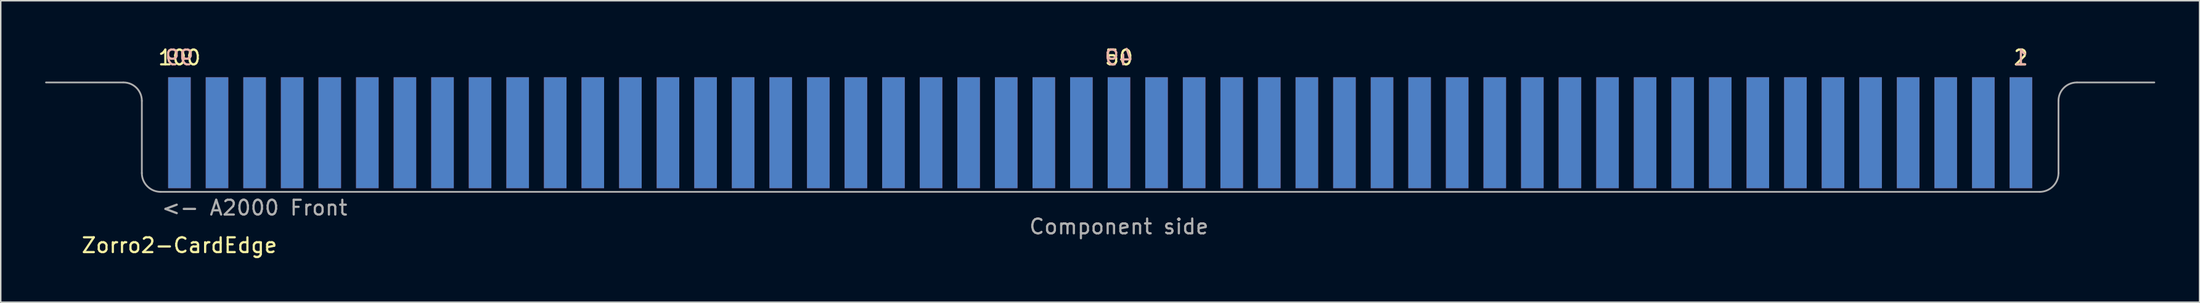
<source format=kicad_pcb>
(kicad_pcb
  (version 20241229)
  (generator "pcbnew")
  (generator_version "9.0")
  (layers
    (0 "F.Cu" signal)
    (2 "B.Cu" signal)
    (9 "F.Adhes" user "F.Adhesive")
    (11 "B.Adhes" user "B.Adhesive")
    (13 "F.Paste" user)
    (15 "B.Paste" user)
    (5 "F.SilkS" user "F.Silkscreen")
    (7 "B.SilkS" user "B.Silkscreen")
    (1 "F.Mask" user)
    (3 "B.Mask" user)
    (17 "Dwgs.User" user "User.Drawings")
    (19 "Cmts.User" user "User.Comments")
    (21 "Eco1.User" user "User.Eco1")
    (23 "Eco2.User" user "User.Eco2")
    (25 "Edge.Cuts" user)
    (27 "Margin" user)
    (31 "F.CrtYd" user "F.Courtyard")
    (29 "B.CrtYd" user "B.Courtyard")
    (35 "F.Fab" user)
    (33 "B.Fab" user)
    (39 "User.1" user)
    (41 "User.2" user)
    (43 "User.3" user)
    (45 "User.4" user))
  (footprint "Zorro2-CardEdge"
    (layer "F.Cu")
    (at 9.077 5.928)
    (property "Reference" "Zorro2-CardEdge" (at 0 7.62 180) (layer "F.SilkS") (effects (font (size 1 1) (thickness 0.15))))
    (attr through_hole)
    (fp_poly (pts (xy 128.27 5.08) (xy -3.81 5.08) (xy -3.81 -3.708) (xy 128.27 -3.708)) (stroke (width 0.1) (type solid)) (fill yes) (layer "F.Mask"))
    (fp_poly (pts (xy 128.27 5.08) (xy -3.81 5.08) (xy -3.81 -3.708) (xy 128.27 -3.708)) (stroke (width 0.1) (type solid)) (fill yes) (layer "B.Mask"))
    (fp_line (start -3.81 -3.4) (end -9.017 -3.4) (stroke (width 0.12) (type solid)) (layer "F.Fab"))
    (fp_line (start -2.54 2.73) (end -2.54 -2.159) (stroke (width 0.12) (type solid)) (layer "F.Fab"))
    (fp_line (start -1.27 4) (end 125.73 4) (stroke (width 0.12) (type solid)) (layer "F.Fab"))
    (fp_line (start 127 2.73) (end 127 -2.159) (stroke (width 0.12) (type solid)) (layer "F.Fab"))
    (fp_line (start 128.27 -3.4) (end 133.477 -3.4) (stroke (width 0.12) (type solid)) (layer "F.Fab"))
    (fp_arc (start -3.781 -3.4) (mid -2.90348 -3.03652) (end -2.54 -2.159) (stroke (width 0.12) (type solid)) (layer "F.Fab"))
    (fp_arc (start -1.27 4) (mid -2.168026 3.628026) (end -2.54 2.73) (stroke (width 0.12) (type solid)) (layer "F.Fab"))
    (fp_arc (start 127 -2.159) (mid 127.36348 -3.03652) (end 128.241 -3.4) (stroke (width 0.12) (type solid)) (layer "F.Fab"))
    (fp_arc (start 127 2.73) (mid 126.628026 3.628026) (end 125.73 4) (stroke (width 0.12) (type solid)) (layer "F.Fab"))
    (fp_text user "50" (at 63.5 -5.08 0) (layer "F.SilkS") (effects (font (size 1 1) (thickness 0.15))))
    (fp_text user "100" (at 0 -5.08 180) (layer "F.SilkS") (effects (font (size 1 1) (thickness 0.15))))
    (fp_text user "2" (at 124.46 -5.08 0) (layer "F.SilkS") (effects (font (size 1 1) (thickness 0.15))))
    (fp_text user "99" (at 0 -5.08 0) (layer "B.SilkS") (effects (font (size 1 1) (thickness 0.15)) (justify mirror)))
    (fp_text user "49" (at 63.5 -5.08 0) (layer "B.SilkS") (effects (font (size 1 1) (thickness 0.15)) (justify mirror)))
    (fp_text user "1" (at 124.46 -5.08 0) (layer "B.SilkS") (effects (font (size 1 1) (thickness 0.15)) (justify mirror)))
    (fp_text user "Component side" (at 63.5 6.35 0) (layer "F.Fab") (effects (font (size 1 1) (thickness 0.15))))
    (fp_text user "<- A2000 Front" (at 5.08 5.08 0) (layer "F.Fab") (effects (font (size 1 1) (thickness 0.15))))
    (pad "1" connect rect (at 124.46 0 180) (size 1.524 7.5) (layers "B.Cu" "B.Mask"))
    (pad "2" connect rect (at 124.46 0 180) (size 1.524 7.5) (layers "F.Cu" "F.Mask"))
    (pad "3" connect rect (at 121.92 0 180) (size 1.524 7.5) (layers "B.Cu" "B.Mask"))
    (pad "4" connect rect (at 121.92 0 180) (size 1.524 7.5) (layers "F.Cu" "F.Mask"))
    (pad "5" connect rect (at 119.38 0 180) (size 1.524 7.5) (layers "B.Cu" "B.Mask"))
    (pad "6" connect rect (at 119.38 0 180) (size 1.524 7.5) (layers "F.Cu" "F.Mask"))
    (pad "7" connect rect (at 116.84 0 180) (size 1.524 7.5) (layers "B.Cu" "B.Mask"))
    (pad "8" connect rect (at 116.84 0 180) (size 1.524 7.5) (layers "F.Cu" "F.Mask"))
    (pad "9" connect rect (at 114.3 0 180) (size 1.524 7.5) (layers "B.Cu" "B.Mask"))
    (pad "10" connect rect (at 114.3 0 180) (size 1.524 7.5) (layers "F.Cu" "F.Mask"))
    (pad "11" connect rect (at 111.76 0 180) (size 1.524 7.5) (layers "B.Cu" "B.Mask"))
    (pad "12" connect rect (at 111.76 0 180) (size 1.524 7.5) (layers "F.Cu" "F.Mask"))
    (pad "13" connect rect (at 109.22 0 180) (size 1.524 7.5) (layers "B.Cu" "B.Mask"))
    (pad "14" connect rect (at 109.22 0 180) (size 1.524 7.5) (layers "F.Cu" "F.Mask"))
    (pad "15" connect rect (at 106.68 0 180) (size 1.524 7.5) (layers "B.Cu" "B.Mask"))
    (pad "16" connect rect (at 106.68 0 180) (size 1.524 7.5) (layers "F.Cu" "F.Mask"))
    (pad "17" connect rect (at 104.14 0 180) (size 1.524 7.5) (layers "B.Cu" "B.Mask"))
    (pad "18" connect rect (at 104.14 0 180) (size 1.524 7.5) (layers "F.Cu" "F.Mask"))
    (pad "19" connect rect (at 101.6 0 180) (size 1.524 7.5) (layers "B.Cu" "B.Mask"))
    (pad "20" connect rect (at 101.6 0 180) (size 1.524 7.5) (layers "F.Cu" "F.Mask"))
    (pad "21" connect rect (at 99.06 0 180) (size 1.524 7.5) (layers "B.Cu" "B.Mask"))
    (pad "22" connect rect (at 99.06 0 180) (size 1.524 7.5) (layers "F.Cu" "F.Mask"))
    (pad "23" connect rect (at 96.52 0 180) (size 1.524 7.5) (layers "B.Cu" "B.Mask"))
    (pad "24" connect rect (at 96.52 0 180) (size 1.524 7.5) (layers "F.Cu" "F.Mask"))
    (pad "25" connect rect (at 93.98 0 180) (size 1.524 7.5) (layers "B.Cu" "B.Mask"))
    (pad "26" connect rect (at 93.98 0 180) (size 1.524 7.5) (layers "F.Cu" "F.Mask"))
    (pad "27" connect rect (at 91.44 0 180) (size 1.524 7.5) (layers "B.Cu" "B.Mask"))
    (pad "28" connect rect (at 91.44 0 180) (size 1.524 7.5) (layers "F.Cu" "F.Mask"))
    (pad "29" connect rect (at 88.9 0 180) (size 1.524 7.5) (layers "B.Cu" "B.Mask"))
    (pad "30" connect rect (at 88.9 0 180) (size 1.524 7.5) (layers "F.Cu" "F.Mask"))
    (pad "31" connect rect (at 86.36 0 180) (size 1.524 7.5) (layers "B.Cu" "B.Mask"))
    (pad "32" connect rect (at 86.36 0 180) (size 1.524 7.5) (layers "F.Cu" "F.Mask"))
    (pad "33" connect rect (at 83.82 0 180) (size 1.524 7.5) (layers "B.Cu" "B.Mask"))
    (pad "34" connect rect (at 83.82 0 180) (size 1.524 7.5) (layers "F.Cu" "F.Mask"))
    (pad "35" connect rect (at 81.28 0 180) (size 1.524 7.5) (layers "B.Cu" "B.Mask"))
    (pad "36" connect rect (at 81.28 0 180) (size 1.524 7.5) (layers "F.Cu" "F.Mask"))
    (pad "37" connect rect (at 78.74 0 180) (size 1.524 7.5) (layers "B.Cu" "B.Mask"))
    (pad "38" connect rect (at 78.74 0 180) (size 1.524 7.5) (layers "F.Cu" "F.Mask"))
    (pad "39" connect rect (at 76.2 0 180) (size 1.524 7.5) (layers "B.Cu" "B.Mask"))
    (pad "40" connect rect (at 76.2 0 180) (size 1.524 7.5) (layers "F.Cu" "F.Mask"))
    (pad "41" connect rect (at 73.66 0 180) (size 1.524 7.5) (layers "B.Cu" "B.Mask"))
    (pad "42" connect rect (at 73.66 0 180) (size 1.524 7.5) (layers "F.Cu" "F.Mask"))
    (pad "43" connect rect (at 71.12 0 180) (size 1.524 7.5) (layers "B.Cu" "B.Mask"))
    (pad "44" connect rect (at 71.12 0 180) (size 1.524 7.5) (layers "F.Cu" "F.Mask"))
    (pad "45" connect rect (at 68.58 0 180) (size 1.524 7.5) (layers "B.Cu" "B.Mask"))
    (pad "46" connect rect (at 68.58 0 180) (size 1.524 7.5) (layers "F.Cu" "F.Mask"))
    (pad "47" connect rect (at 66.04 0 180) (size 1.524 7.5) (layers "B.Cu" "B.Mask"))
    (pad "48" connect rect (at 66.04 0 180) (size 1.524 7.5) (layers "F.Cu" "F.Mask"))
    (pad "49" connect rect (at 63.5 0 180) (size 1.524 7.5) (layers "B.Cu" "B.Mask"))
    (pad "50" connect rect (at 63.5 0 180) (size 1.524 7.5) (layers "F.Cu" "F.Mask"))
    (pad "51" connect rect (at 60.96 0 180) (size 1.524 7.5) (layers "B.Cu" "B.Mask"))
    (pad "52" connect rect (at 60.96 0 180) (size 1.524 7.5) (layers "F.Cu" "F.Mask"))
    (pad "53" connect rect (at 58.42 0 180) (size 1.524 7.5) (layers "B.Cu" "B.Mask"))
    (pad "54" connect rect (at 58.42 0 180) (size 1.524 7.5) (layers "F.Cu" "F.Mask"))
    (pad "55" connect rect (at 55.88 0 180) (size 1.524 7.5) (layers "B.Cu" "B.Mask"))
    (pad "56" connect rect (at 55.88 0 180) (size 1.524 7.5) (layers "F.Cu" "F.Mask"))
    (pad "57" connect rect (at 53.34 0 180) (size 1.524 7.5) (layers "B.Cu" "B.Mask"))
    (pad "58" connect rect (at 53.34 0 180) (size 1.524 7.5) (layers "F.Cu" "F.Mask"))
    (pad "59" connect rect (at 50.8 0 180) (size 1.524 7.5) (layers "B.Cu" "B.Mask"))
    (pad "60" connect rect (at 50.8 0 180) (size 1.524 7.5) (layers "F.Cu" "F.Mask"))
    (pad "61" connect rect (at 48.26 0 180) (size 1.524 7.5) (layers "B.Cu" "B.Mask"))
    (pad "62" connect rect (at 48.26 0 180) (size 1.524 7.5) (layers "F.Cu" "F.Mask"))
    (pad "63" connect rect (at 45.72 0 180) (size 1.524 7.5) (layers "B.Cu" "B.Mask"))
    (pad "64" connect rect (at 45.72 0 180) (size 1.524 7.5) (layers "F.Cu" "F.Mask"))
    (pad "65" connect rect (at 43.18 0 180) (size 1.524 7.5) (layers "B.Cu" "B.Mask"))
    (pad "66" connect rect (at 43.18 0 180) (size 1.524 7.5) (layers "F.Cu" "F.Mask"))
    (pad "67" connect rect (at 40.64 0 180) (size 1.524 7.5) (layers "B.Cu" "B.Mask"))
    (pad "68" connect rect (at 40.64 0 180) (size 1.524 7.5) (layers "F.Cu" "F.Mask"))
    (pad "69" connect rect (at 38.1 0 180) (size 1.524 7.5) (layers "B.Cu" "B.Mask"))
    (pad "70" connect rect (at 38.1 0 180) (size 1.524 7.5) (layers "F.Cu" "F.Mask"))
    (pad "71" connect rect (at 35.56 0 180) (size 1.524 7.5) (layers "B.Cu" "B.Mask"))
    (pad "72" connect rect (at 35.56 0 180) (size 1.524 7.5) (layers "F.Cu" "F.Mask"))
    (pad "73" connect rect (at 33.02 0 180) (size 1.524 7.5) (layers "B.Cu" "B.Mask"))
    (pad "74" connect rect (at 33.02 0 180) (size 1.524 7.5) (layers "F.Cu" "F.Mask"))
    (pad "75" connect rect (at 30.48 0 180) (size 1.524 7.5) (layers "B.Cu" "B.Mask"))
    (pad "76" connect rect (at 30.48 0 180) (size 1.524 7.5) (layers "F.Cu" "F.Mask"))
    (pad "77" connect rect (at 27.94 0 180) (size 1.524 7.5) (layers "B.Cu" "B.Mask"))
    (pad "78" connect rect (at 27.94 0 180) (size 1.524 7.5) (layers "F.Cu" "F.Mask"))
    (pad "79" connect rect (at 25.4 0 180) (size 1.524 7.5) (layers "B.Cu" "B.Mask"))
    (pad "80" connect rect (at 25.4 0 180) (size 1.524 7.5) (layers "F.Cu" "F.Mask"))
    (pad "81" connect rect (at 22.86 0 180) (size 1.524 7.5) (layers "B.Cu" "B.Mask"))
    (pad "82" connect rect (at 22.86 0 180) (size 1.524 7.5) (layers "F.Cu" "F.Mask"))
    (pad "83" connect rect (at 20.32 0 180) (size 1.524 7.5) (layers "B.Cu" "B.Mask"))
    (pad "84" connect rect (at 20.32 0 180) (size 1.524 7.5) (layers "F.Cu" "F.Mask"))
    (pad "85" connect rect (at 17.78 0 180) (size 1.524 7.5) (layers "B.Cu" "B.Mask"))
    (pad "86" connect rect (at 17.78 0 180) (size 1.524 7.5) (layers "F.Cu" "F.Mask"))
    (pad "87" connect rect (at 15.24 0 180) (size 1.524 7.5) (layers "B.Cu" "B.Mask"))
    (pad "88" connect rect (at 15.24 0 180) (size 1.524 7.5) (layers "F.Cu" "F.Mask"))
    (pad "89" connect rect (at 12.7 0 180) (size 1.524 7.5) (layers "B.Cu" "B.Mask"))
    (pad "90" connect rect (at 12.7 0 180) (size 1.524 7.5) (layers "F.Cu" "F.Mask"))
    (pad "91" connect rect (at 10.16 0 180) (size 1.524 7.5) (layers "B.Cu" "B.Mask"))
    (pad "92" connect rect (at 10.16 0 180) (size 1.524 7.5) (layers "F.Cu" "F.Mask"))
    (pad "93" connect rect (at 7.62 0 180) (size 1.524 7.5) (layers "B.Cu" "B.Mask"))
    (pad "94" connect rect (at 7.62 0 180) (size 1.524 7.5) (layers "F.Cu" "F.Mask"))
    (pad "95" connect rect (at 5.08 0 180) (size 1.524 7.5) (layers "B.Cu" "B.Mask"))
    (pad "96" connect rect (at 5.08 0 180) (size 1.524 7.5) (layers "F.Cu" "F.Mask"))
    (pad "97" connect rect (at 2.54 0 180) (size 1.524 7.5) (layers "B.Cu" "B.Mask"))
    (pad "98" connect rect (at 2.54 0 180) (size 1.524 7.5) (layers "F.Cu" "F.Mask"))
    (pad "99" connect rect (at 0 0 180) (size 1.524 7.5) (layers "B.Cu" "B.Mask"))
    (pad "100" connect rect (at 0 0 180) (size 1.524 7.5) (layers "F.Cu" "F.Mask")))
  (gr_rect
    (start -3 -3)
    (end 145.614 17.396)
    (stroke (width 0.1) (type default))
    (fill no)
    (layer "Edge.Cuts")))
</source>
